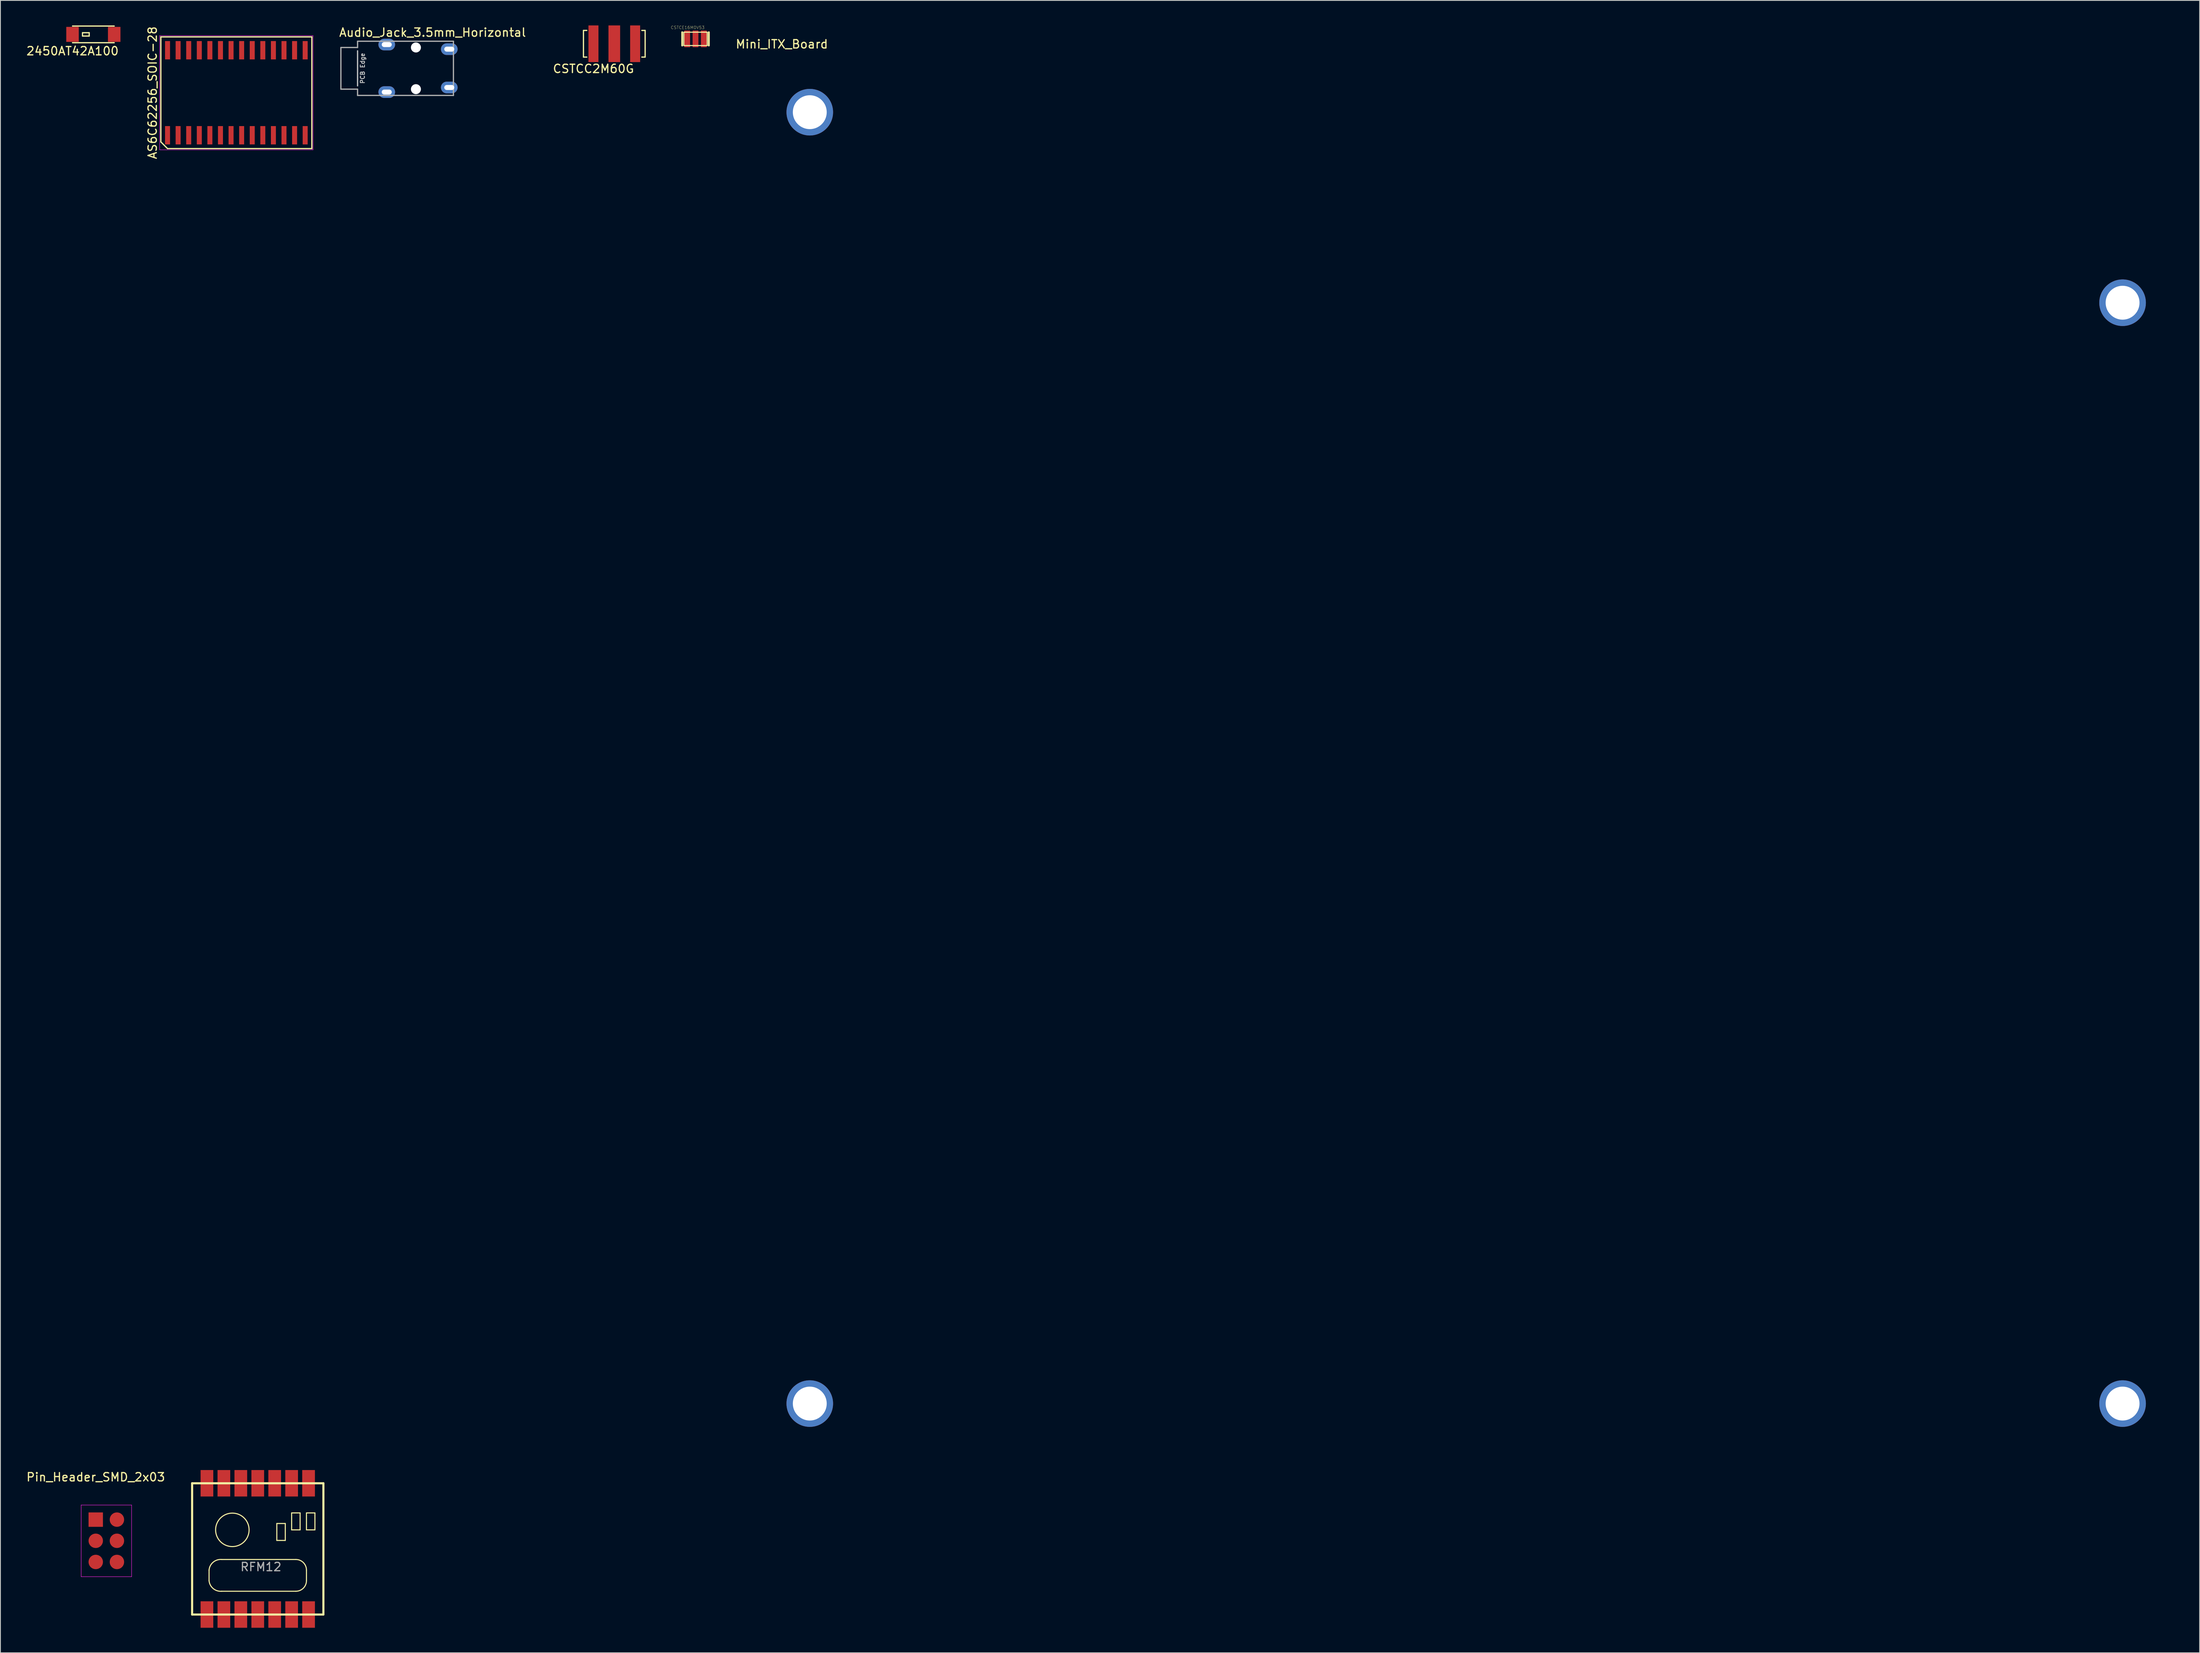
<source format=kicad_pcb>
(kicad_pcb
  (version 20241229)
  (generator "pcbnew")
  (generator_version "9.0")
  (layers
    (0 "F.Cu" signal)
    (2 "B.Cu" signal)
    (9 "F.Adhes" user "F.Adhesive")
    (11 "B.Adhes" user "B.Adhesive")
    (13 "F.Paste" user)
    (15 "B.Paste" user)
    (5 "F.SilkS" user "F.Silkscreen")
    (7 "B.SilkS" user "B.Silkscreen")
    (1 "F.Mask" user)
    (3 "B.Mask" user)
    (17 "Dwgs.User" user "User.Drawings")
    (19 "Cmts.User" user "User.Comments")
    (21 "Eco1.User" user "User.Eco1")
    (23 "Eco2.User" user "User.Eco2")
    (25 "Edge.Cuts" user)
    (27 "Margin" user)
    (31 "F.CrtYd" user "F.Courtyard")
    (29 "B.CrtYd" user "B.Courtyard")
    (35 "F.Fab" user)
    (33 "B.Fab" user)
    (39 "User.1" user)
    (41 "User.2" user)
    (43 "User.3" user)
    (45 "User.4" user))
  (footprint "AS6C62256_SOIC-28"
    (layer "F.Cu")
    (at 25.302 8.077)
    (property "Reference" "AS6C62256_SOIC-28" (at -10.055 0 90) (layer "F.SilkS") (effects (font (size 1 1) (thickness 0.15))))
    (attr smd)
    (fp_line (start -9.055 -6.7) (end 9.055 -6.7) (stroke (width 0.15) (type solid)) (layer "F.SilkS"))
    (fp_line (start -9.055 5.9) (end -9.055 -6.7) (stroke (width 0.15) (type solid)) (layer "F.SilkS"))
    (fp_line (start -8.255 6.7) (end -9.055 5.9) (stroke (width 0.15) (type solid)) (layer "F.SilkS"))
    (fp_line (start 9.055 -6.7) (end 9.055 6.7) (stroke (width 0.15) (type solid)) (layer "F.SilkS"))
    (fp_line (start 9.055 6.7) (end -8.255 6.7) (stroke (width 0.15) (type solid)) (layer "F.SilkS"))
    (fp_line (start -9.2 -6.85) (end 9.2 -6.85) (stroke (width 0.05) (type solid)) (layer "F.CrtYd"))
    (fp_line (start -9.2 6.85) (end -9.2 -6.85) (stroke (width 0.05) (type solid)) (layer "F.CrtYd"))
    (fp_line (start 9.2 -6.85) (end 9.2 6.85) (stroke (width 0.05) (type solid)) (layer "F.CrtYd"))
    (fp_line (start 9.2 6.85) (end -9.2 6.85) (stroke (width 0.05) (type solid)) (layer "F.CrtYd"))
    (pad "1" smd rect (at -8.255 5.1) (size 0.6 2.2) (layers "F.Cu" "F.Mask" "F.Paste"))
    (pad "2" smd rect (at -6.985 5.1) (size 0.6 2.2) (layers "F.Cu" "F.Mask" "F.Paste"))
    (pad "3" smd rect (at -5.715 5.1) (size 0.6 2.2) (layers "F.Cu" "F.Mask" "F.Paste"))
    (pad "4" smd rect (at -4.445 5.1) (size 0.6 2.2) (layers "F.Cu" "F.Mask" "F.Paste"))
    (pad "5" smd rect (at -3.175 5.1) (size 0.6 2.2) (layers "F.Cu" "F.Mask" "F.Paste"))
    (pad "6" smd rect (at -1.905 5.1) (size 0.6 2.2) (layers "F.Cu" "F.Mask" "F.Paste"))
    (pad "7" smd rect (at -0.635 5.1) (size 0.6 2.2) (layers "F.Cu" "F.Mask" "F.Paste"))
    (pad "8" smd rect (at 0.635 5.1) (size 0.6 2.2) (layers "F.Cu" "F.Mask" "F.Paste"))
    (pad "9" smd rect (at 1.905 5.1) (size 0.6 2.2) (layers "F.Cu" "F.Mask" "F.Paste"))
    (pad "10" smd rect (at 3.175 5.1) (size 0.6 2.2) (layers "F.Cu" "F.Mask" "F.Paste"))
    (pad "11" smd rect (at 4.445 5.1) (size 0.6 2.2) (layers "F.Cu" "F.Mask" "F.Paste"))
    (pad "12" smd rect (at 5.715 5.1) (size 0.6 2.2) (layers "F.Cu" "F.Mask" "F.Paste"))
    (pad "13" smd rect (at 6.985 5.1) (size 0.6 2.2) (layers "F.Cu" "F.Mask" "F.Paste"))
    (pad "14" smd rect (at 8.255 5.1) (size 0.6 2.2) (layers "F.Cu" "F.Mask" "F.Paste"))
    (pad "15" smd rect (at 8.255 -5.1) (size 0.6 2.2) (layers "F.Cu" "F.Mask" "F.Paste"))
    (pad "16" smd rect (at 6.985 -5.1) (size 0.6 2.2) (layers "F.Cu" "F.Mask" "F.Paste"))
    (pad "17" smd rect (at 5.715 -5.1) (size 0.6 2.2) (layers "F.Cu" "F.Mask" "F.Paste"))
    (pad "18" smd rect (at 4.445 -5.1) (size 0.6 2.2) (layers "F.Cu" "F.Mask" "F.Paste"))
    (pad "19" smd rect (at 3.175 -5.1) (size 0.6 2.2) (layers "F.Cu" "F.Mask" "F.Paste"))
    (pad "20" smd rect (at 1.905 -5.1) (size 0.6 2.2) (layers "F.Cu" "F.Mask" "F.Paste"))
    (pad "21" smd rect (at 0.635 -5.1) (size 0.6 2.2) (layers "F.Cu" "F.Mask" "F.Paste"))
    (pad "22" smd rect (at -0.635 -5.1) (size 0.6 2.2) (layers "F.Cu" "F.Mask" "F.Paste"))
    (pad "23" smd rect (at -1.905 -5.1) (size 0.6 2.2) (layers "F.Cu" "F.Mask" "F.Paste"))
    (pad "24" smd rect (at -3.175 -5.1) (size 0.6 2.2) (layers "F.Cu" "F.Mask" "F.Paste"))
    (pad "25" smd rect (at -4.445 -5.1) (size 0.6 2.2) (layers "F.Cu" "F.Mask" "F.Paste"))
    (pad "26" smd rect (at -5.715 -5.1) (size 0.6 2.2) (layers "F.Cu" "F.Mask" "F.Paste"))
    (pad "27" smd rect (at -6.985 -5.1) (size 0.6 2.2) (layers "F.Cu" "F.Mask" "F.Paste"))
    (pad "28" smd rect (at -8.255 -5.1) (size 0.6 2.2) (layers "F.Cu" "F.Mask" "F.Paste")))
  (footprint "Audio_Jack_3.5mm_Horizontal"
    (layer "F.Cu")
    (at 50.843 2.848)
    (property "Reference" "Audio_Jack_3.5mm_Horizontal" (at -2 -2 0) (layer "F.SilkS") (effects (font (size 1 1) (thickness 0.15))))
    (attr through_hole)
    (fp_line (start -11 0.2) (end -11 4.4) (stroke (width 0.15) (type solid)) (layer "Dwgs.User"))
    (fp_line (start -13 -0.2) (end -13 4.8) (stroke (width 0.15) (type solid)) (layer "F.Fab"))
    (fp_line (start -13 4.8) (end -11 4.8) (stroke (width 0.15) (type solid)) (layer "F.Fab"))
    (fp_line (start -11 -0.95) (end -11 -0.2) (stroke (width 0.15) (type solid)) (layer "F.Fab"))
    (fp_line (start -11 -0.2) (end -13 -0.2) (stroke (width 0.15) (type solid)) (layer "F.Fab"))
    (fp_line (start -11 4.8) (end -11 5.55) (stroke (width 0.15) (type solid)) (layer "F.Fab"))
    (fp_line (start -11 5.55) (end 0.5 5.55) (stroke (width 0.15) (type solid)) (layer "F.Fab"))
    (fp_line (start 0.5 -0.95) (end -11 -0.95) (stroke (width 0.15) (type solid)) (layer "F.Fab"))
    (fp_line (start 0.5 -0.95) (end 0.5 5.55) (stroke (width 0.15) (type solid)) (layer "F.Fab"))
    (fp_text user "PCB Edge" (at -10.4 2.3 90) (layer "Dwgs.User") (effects (font (size 0.5 0.5) (thickness 0.1))))
    (pad "" np_thru_hole circle (at -4 -0.2) (size 1.2 1.2) (drill 1.2) (layers "*.Cu" "*.Mask"))
    (pad "" np_thru_hole circle (at -4 4.8) (size 1.2 1.2) (drill 1.2) (layers "*.Cu" "*.Mask"))
    (pad "R" thru_hole oval (at 0 0) (size 2 1.4) (drill oval 1.2 0.6) (layers "*.Cu" "*.Mask"))
    (pad "S" thru_hole oval (at 0 4.6) (size 2 1.4) (drill oval 1.2 0.6) (layers "*.Cu" "*.Mask"))
    (pad "T" thru_hole oval (at -7.5 -0.55) (size 2 1.4) (drill oval 1.2 0.6) (layers "*.Cu" "*.Mask"))
    (pad "T" thru_hole oval (at -7.5 5.15) (size 2 1.4) (drill oval 1.2 0.6) (layers "*.Cu" "*.Mask")))
  (footprint "RFM12"
    (layer "F.Cu")
    (at 28.251 182.405)
    (property "Reference" "RFM12" (at 0 2.54 0) (layer "F.Fab") (effects (font (size 1 1) (thickness 0.15))))
    (attr smd)
    (fp_line (start -8.255 -7.493) (end -8.255 8.255) (stroke (width 0.254) (type solid)) (layer "F.SilkS"))
    (fp_line (start -8.255 8.255) (end 7.493 8.255) (stroke (width 0.254) (type solid)) (layer "F.SilkS"))
    (fp_line (start -6.223 4.191) (end -6.223 2.921) (stroke (width 0.127) (type solid)) (layer "F.SilkS"))
    (fp_line (start -4.699 1.651) (end 4.191 1.651) (stroke (width 0.127) (type solid)) (layer "F.SilkS"))
    (fp_line (start 1.905 -2.667) (end 2.921 -2.667) (stroke (width 0.127) (type solid)) (layer "F.SilkS"))
    (fp_line (start 1.905 -0.635) (end 1.905 -2.667) (stroke (width 0.127) (type solid)) (layer "F.SilkS"))
    (fp_line (start 2.921 -2.667) (end 2.921 -0.635) (stroke (width 0.127) (type solid)) (layer "F.SilkS"))
    (fp_line (start 2.921 -0.635) (end 1.905 -0.635) (stroke (width 0.127) (type solid)) (layer "F.SilkS"))
    (fp_line (start 3.683 -3.937) (end 4.699 -3.937) (stroke (width 0.127) (type solid)) (layer "F.SilkS"))
    (fp_line (start 3.683 -1.905) (end 3.683 -3.937) (stroke (width 0.127) (type solid)) (layer "F.SilkS"))
    (fp_line (start 4.191 5.461) (end -4.699 5.461) (stroke (width 0.127) (type solid)) (layer "F.SilkS"))
    (fp_line (start 4.699 -3.937) (end 4.699 -1.905) (stroke (width 0.127) (type solid)) (layer "F.SilkS"))
    (fp_line (start 4.699 -1.905) (end 3.683 -1.905) (stroke (width 0.127) (type solid)) (layer "F.SilkS"))
    (fp_line (start 5.461 -3.937) (end 5.461 -1.905) (stroke (width 0.127) (type solid)) (layer "F.SilkS"))
    (fp_line (start 5.461 -3.937) (end 6.477 -3.937) (stroke (width 0.127) (type solid)) (layer "F.SilkS"))
    (fp_line (start 5.461 2.921) (end 5.461 4.191) (stroke (width 0.127) (type solid)) (layer "F.SilkS"))
    (fp_line (start 6.477 -3.937) (end 6.477 -1.905) (stroke (width 0.127) (type solid)) (layer "F.SilkS"))
    (fp_line (start 6.477 -1.905) (end 5.461 -1.905) (stroke (width 0.127) (type solid)) (layer "F.SilkS"))
    (fp_line (start 7.493 -7.493) (end -8.255 -7.493) (stroke (width 0.254) (type solid)) (layer "F.SilkS"))
    (fp_line (start 7.493 8.255) (end 7.493 -7.493) (stroke (width 0.254) (type solid)) (layer "F.SilkS"))
    (fp_arc (start -6.223 2.921) (mid -5.724026 1.970369) (end -4.699 1.651) (stroke (width 0.127) (type solid)) (layer "F.SilkS"))
    (fp_arc (start -4.699 5.461) (mid -5.724026 5.141631) (end -6.223 4.191) (stroke (width 0.127) (type solid)) (layer "F.SilkS"))
    (fp_arc (start 4.191 1.651) (mid 5.089026 2.022974) (end 5.461 2.921) (stroke (width 0.127) (type solid)) (layer "F.SilkS"))
    (fp_arc (start 5.461 4.191) (mid 5.089026 5.089026) (end 4.191 5.461) (stroke (width 0.127) (type solid)) (layer "F.SilkS"))
    (fp_circle (center -3.429 -1.905) (end -4.849 -3.325) (stroke (width 0.127) (type solid)) (fill no) (layer "F.SilkS"))
    (pad "ANT" smd rect (at 5.715 -7.493) (size 1.524 3.175) (layers "F.Cu" "F.Mask" "F.Paste"))
    (pad "CLK" smd rect (at 1.651 8.255) (size 1.524 3.175) (layers "F.Cu" "F.Mask" "F.Paste"))
    (pad "DCLK" smd rect (at -0.381 8.255) (size 1.524 3.175) (layers "F.Cu" "F.Mask" "F.Paste"))
    (pad "FSK" smd rect (at -2.413 8.255) (size 1.524 3.175) (layers "F.Cu" "F.Mask" "F.Paste"))
    (pad "GND" smd rect (at 1.651 -7.493) (size 1.524 3.175) (layers "F.Cu" "F.Mask" "F.Paste"))
    (pad "GND" smd rect (at 5.715 8.255) (size 1.524 3.175) (layers "F.Cu" "F.Mask" "F.Paste"))
    (pad "NINT" smd rect (at -0.381 -7.493) (size 1.524 3.175) (layers "F.Cu" "F.Mask" "F.Paste"))
    (pad "NIRQ" smd rect (at -4.445 8.255) (size 1.524 3.175) (layers "F.Cu" "F.Mask" "F.Paste"))
    (pad "NRES" smd rect (at 3.683 8.255) (size 1.524 3.175) (layers "F.Cu" "F.Mask" "F.Paste"))
    (pad "NSEL" smd rect (at -6.477 -7.493) (size 1.524 3.175) (layers "F.Cu" "F.Mask" "F.Paste"))
    (pad "SCK" smd rect (at -4.445 -7.493) (size 1.524 3.175) (layers "F.Cu" "F.Mask" "F.Paste"))
    (pad "SDI" smd rect (at -2.413 -7.493) (size 1.524 3.175) (layers "F.Cu" "F.Mask" "F.Paste"))
    (pad "SDO" smd rect (at -6.477 8.255) (size 1.524 3.175) (layers "F.Cu" "F.Mask" "F.Paste"))
    (pad "VDD" smd rect (at 3.683 -7.493) (size 1.524 3.175) (layers "F.Cu" "F.Mask" "F.Paste")))
  (footprint "CSTCC2M60G"
    (layer "F.Cu")
    (at 68.14 2.2)
    (property "Reference" "CSTCC2M60G" (at 0 3 0) (layer "F.SilkS") (effects (font (size 1 1) (thickness 0.15))))
    (attr through_hole)
    (fp_line (start -1.2 -1.6) (end -0.8 -1.6) (stroke (width 0.15) (type solid)) (layer "F.SilkS"))
    (fp_line (start -1.2 1.6) (end -1.2 -1.6) (stroke (width 0.15) (type solid)) (layer "F.SilkS"))
    (fp_line (start -0.8 1.6) (end -1.2 1.6) (stroke (width 0.15) (type solid)) (layer "F.SilkS"))
    (fp_line (start 5.8 -1.6) (end 6.2 -1.6) (stroke (width 0.15) (type solid)) (layer "F.SilkS"))
    (fp_line (start 6.2 -1.6) (end 6.2 1.6) (stroke (width 0.15) (type solid)) (layer "F.SilkS"))
    (fp_line (start 6.2 1.6) (end 5.8 1.6) (stroke (width 0.15) (type solid)) (layer "F.SilkS"))
    (pad "1" smd rect (at 0 0) (size 1.2 4.4) (layers "F.Cu" "F.Mask" "F.Paste"))
    (pad "2" smd rect (at 2.5 0) (size 1.4 4.4) (layers "F.Cu" "F.Mask" "F.Paste"))
    (pad "3" smd rect (at 5 0) (size 1.2 4.4) (layers "F.Cu" "F.Mask" "F.Paste")))
  (footprint "2450AT42A100"
    (layer "F.Cu")
    (at 5.649 1.075)
    (property "Reference" "2450AT42A100" (at 0 2 0) (layer "F.SilkS") (effects (font (size 1 1) (thickness 0.15))))
    (attr through_hole)
    (fp_line (start 0 -1) (end 5 -1) (stroke (width 0.15) (type solid)) (layer "F.SilkS"))
    (fp_line (start 0 1) (end 5 1) (stroke (width 0.15) (type solid)) (layer "F.SilkS"))
    (fp_line (start 1.2 -0.2) (end 2 -0.2) (stroke (width 0.15) (type solid)) (layer "F.SilkS"))
    (fp_line (start 1.2 0.2) (end 1.2 -0.2) (stroke (width 0.15) (type solid)) (layer "F.SilkS"))
    (fp_line (start 2 -0.2) (end 2 0.2) (stroke (width 0.15) (type solid)) (layer "F.SilkS"))
    (fp_line (start 2 0.2) (end 1.2 0.2) (stroke (width 0.15) (type solid)) (layer "F.SilkS"))
    (pad "" smd rect (at 5 0) (size 1.5 1.8) (layers "F.Cu" "F.Mask" "F.Paste"))
    (pad "1" smd rect (at 0 0) (size 1.5 1.8) (layers "F.Cu" "F.Mask" "F.Paste")))
  (footprint "CSTCE16M0V53"
    (layer "F.Cu")
    (at 78.933 3.301)
    (property "Reference" "CSTCE16M0V53" (at 0.508 -3.048 0) (layer "F.SilkS") (effects (font (size 0.356 0.356) (thickness 0.025))))
    (attr smd)
    (fp_line (start -0.15 -2.487) (end -0.15 -0.886) (stroke (width 0.218) (type solid)) (layer "F.SilkS"))
    (fp_line (start 0.048 -2.487) (end 2.85 -2.487) (stroke (width 0.127) (type solid)) (layer "F.SilkS"))
    (fp_line (start 0.048 -0.886) (end 0.048 -2.487) (stroke (width 0.127) (type solid)) (layer "F.SilkS"))
    (fp_line (start 2.85 -2.487) (end 2.85 -0.886) (stroke (width 0.127) (type solid)) (layer "F.SilkS"))
    (fp_line (start 2.85 -0.886) (end 0.048 -0.886) (stroke (width 0.127) (type solid)) (layer "F.SilkS"))
    (fp_line (start 3.048 -2.487) (end 3.048 -0.886) (stroke (width 0.218) (type solid)) (layer "F.SilkS"))
    (pad "1" smd rect (at 0.45 -1.687 90) (size 1.999 0.699) (layers "F.Cu" "F.Mask" "F.Paste"))
    (pad "2" smd rect (at 1.448 -1.687 90) (size 1.999 0.699) (layers "F.Cu" "F.Mask" "F.Paste"))
    (pad "3" smd rect (at 2.449 -1.687 90) (size 1.999 0.699) (layers "F.Cu" "F.Mask" "F.Paste")))
  (footprint "Pin_Header_SMD_2x03"
    (layer "F.Cu")
    (at 8.435 179.273)
    (property "Reference" "Pin_Header_SMD_2x03" (at 0 -5.1 0) (layer "F.SilkS") (effects (font (size 1 1) (thickness 0.15))))
    (attr through_hole)
    (fp_line (start -1.75 -1.75) (end -1.75 6.85) (stroke (width 0.05) (type solid)) (layer "F.CrtYd"))
    (fp_line (start -1.75 -1.75) (end 4.3 -1.75) (stroke (width 0.05) (type solid)) (layer "F.CrtYd"))
    (fp_line (start -1.75 6.85) (end 4.3 6.85) (stroke (width 0.05) (type solid)) (layer "F.CrtYd"))
    (fp_line (start 4.3 -1.75) (end 4.3 6.85) (stroke (width 0.05) (type solid)) (layer "F.CrtYd"))
    (pad "1" smd rect (at 0 0) (size 1.727 1.727) (layers "F.Cu" "F.Mask" "F.Paste"))
    (pad "2" smd oval (at 2.54 0) (size 1.727 1.727) (layers "F.Cu" "F.Mask" "F.Paste"))
    (pad "3" smd oval (at 0 2.54) (size 1.727 1.727) (layers "F.Cu" "F.Mask" "F.Paste"))
    (pad "4" smd oval (at 2.54 2.54) (size 1.727 1.727) (layers "F.Cu" "F.Mask" "F.Paste"))
    (pad "5" smd oval (at 0 5.08) (size 1.727 1.727) (layers "F.Cu" "F.Mask" "F.Paste"))
    (pad "6" smd oval (at 2.54 5.08) (size 1.727 1.727) (layers "F.Cu" "F.Mask" "F.Paste")))
  (footprint "Mini_ITX_Board"
    (layer "F.Cu")
    (at 87.739 0.25)
    (property "Reference" "Mini_ITX_Board" (at 3 2 0) (layer "F.SilkS") (effects (font (size 1 1) (thickness 0.15))))
    (attr through_hole)
    (fp_line (start 0 0) (end 0 170) (stroke (width 0.15) (type solid)) (layer "Margin"))
    (fp_line (start 0 170) (end 170 170) (stroke (width 0.15) (type solid)) (layer "Margin"))
    (fp_line (start 170 0) (end 0 0) (stroke (width 0.15) (type solid)) (layer "Margin"))
    (fp_line (start 170 170) (end 170 0) (stroke (width 0.15) (type solid)) (layer "Margin"))
    (pad "" np_thru_hole circle (at 6.35 10.16) (size 5.588 5.588) (drill 4.064) (layers "*.Cu" "*.Mask"))
    (pad "" np_thru_hole circle (at 6.35 165.1) (size 5.588 5.588) (drill 4.064) (layers "*.Cu" "*.Mask"))
    (pad "" np_thru_hole circle (at 163.83 33.02) (size 5.588 5.588) (drill 4.064) (layers "*.Cu" "*.Mask"))
    (pad "" np_thru_hole circle (at 163.83 165.1) (size 5.588 5.588) (drill 4.064) (layers "*.Cu" "*.Mask")))
  (gr_rect
    (start -3 -3)
    (end 260.814 195.248)
    (stroke (width 0.1) (type default))
    (fill no)
    (layer "Edge.Cuts")))
</source>
